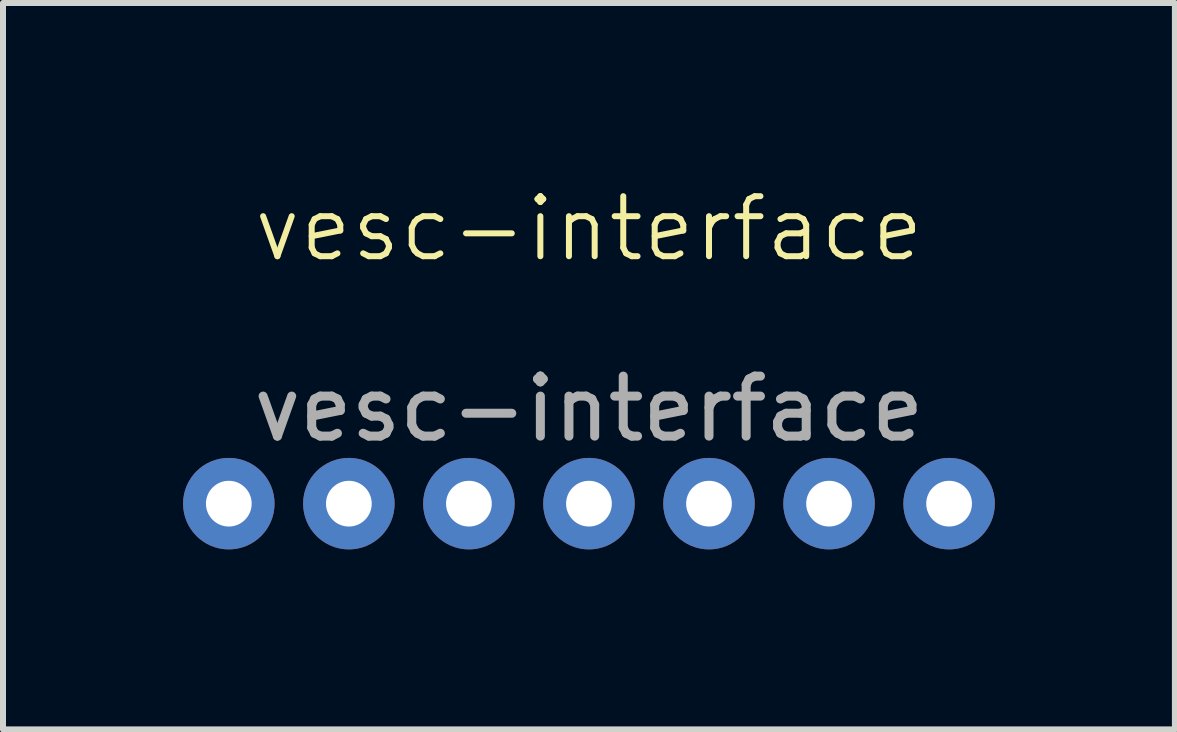
<source format=kicad_pcb>
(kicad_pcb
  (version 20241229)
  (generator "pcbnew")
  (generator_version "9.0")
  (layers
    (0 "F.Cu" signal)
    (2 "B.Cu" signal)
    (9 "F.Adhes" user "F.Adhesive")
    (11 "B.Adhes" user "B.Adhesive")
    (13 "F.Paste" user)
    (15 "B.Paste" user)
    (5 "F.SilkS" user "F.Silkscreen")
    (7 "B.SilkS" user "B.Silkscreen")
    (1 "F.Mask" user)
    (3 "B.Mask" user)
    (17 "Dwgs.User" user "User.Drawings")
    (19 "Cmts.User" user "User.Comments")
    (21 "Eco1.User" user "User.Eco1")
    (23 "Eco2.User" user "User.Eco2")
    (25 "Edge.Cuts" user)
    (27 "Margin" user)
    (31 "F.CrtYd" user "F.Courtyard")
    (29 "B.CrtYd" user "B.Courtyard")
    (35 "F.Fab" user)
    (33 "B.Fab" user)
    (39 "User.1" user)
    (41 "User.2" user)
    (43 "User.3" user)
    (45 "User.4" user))
  (footprint "vesc-interface"
    (layer "F.Cu")
    (at 0.762 0.261)
    (property "Reference" "vesc-interface" (at 6 0.5 0) (unlocked yes) (layer "F.SilkS") (effects (font (size 1 1) (thickness 0.1))))
    (attr through_hole)
    (fp_text user "${REFERENCE}" (at 6 3.5 0) (unlocked yes) (layer "F.Fab") (effects (font (size 1 1) (thickness 0.15))))
    (pad "1" thru_hole circle (at 0 5.08) (size 1.524 1.524) (drill 0.762) (layers "*.Cu" "*.Mask"))
    (pad "2" thru_hole circle (at 2 5.08) (size 1.524 1.524) (drill 0.762) (layers "*.Cu" "*.Mask"))
    (pad "3" thru_hole circle (at 4 5.08) (size 1.524 1.524) (drill 0.762) (layers "*.Cu" "*.Mask"))
    (pad "4" thru_hole circle (at 6 5.08) (size 1.524 1.524) (drill 0.762) (layers "*.Cu" "*.Mask"))
    (pad "5" thru_hole circle (at 8 5.08) (size 1.524 1.524) (drill 0.762) (layers "*.Cu" "*.Mask"))
    (pad "6" thru_hole circle (at 10 5.08) (size 1.524 1.524) (drill 0.762) (layers "*.Cu" "*.Mask"))
    (pad "7" thru_hole circle (at 12 5.08) (size 1.524 1.524) (drill 0.762) (layers "*.Cu" "*.Mask")))
  (gr_rect
    (start -3 -3)
    (end 16.524 9.102)
    (stroke (width 0.1) (type default))
    (fill no)
    (layer "Edge.Cuts")))
</source>
